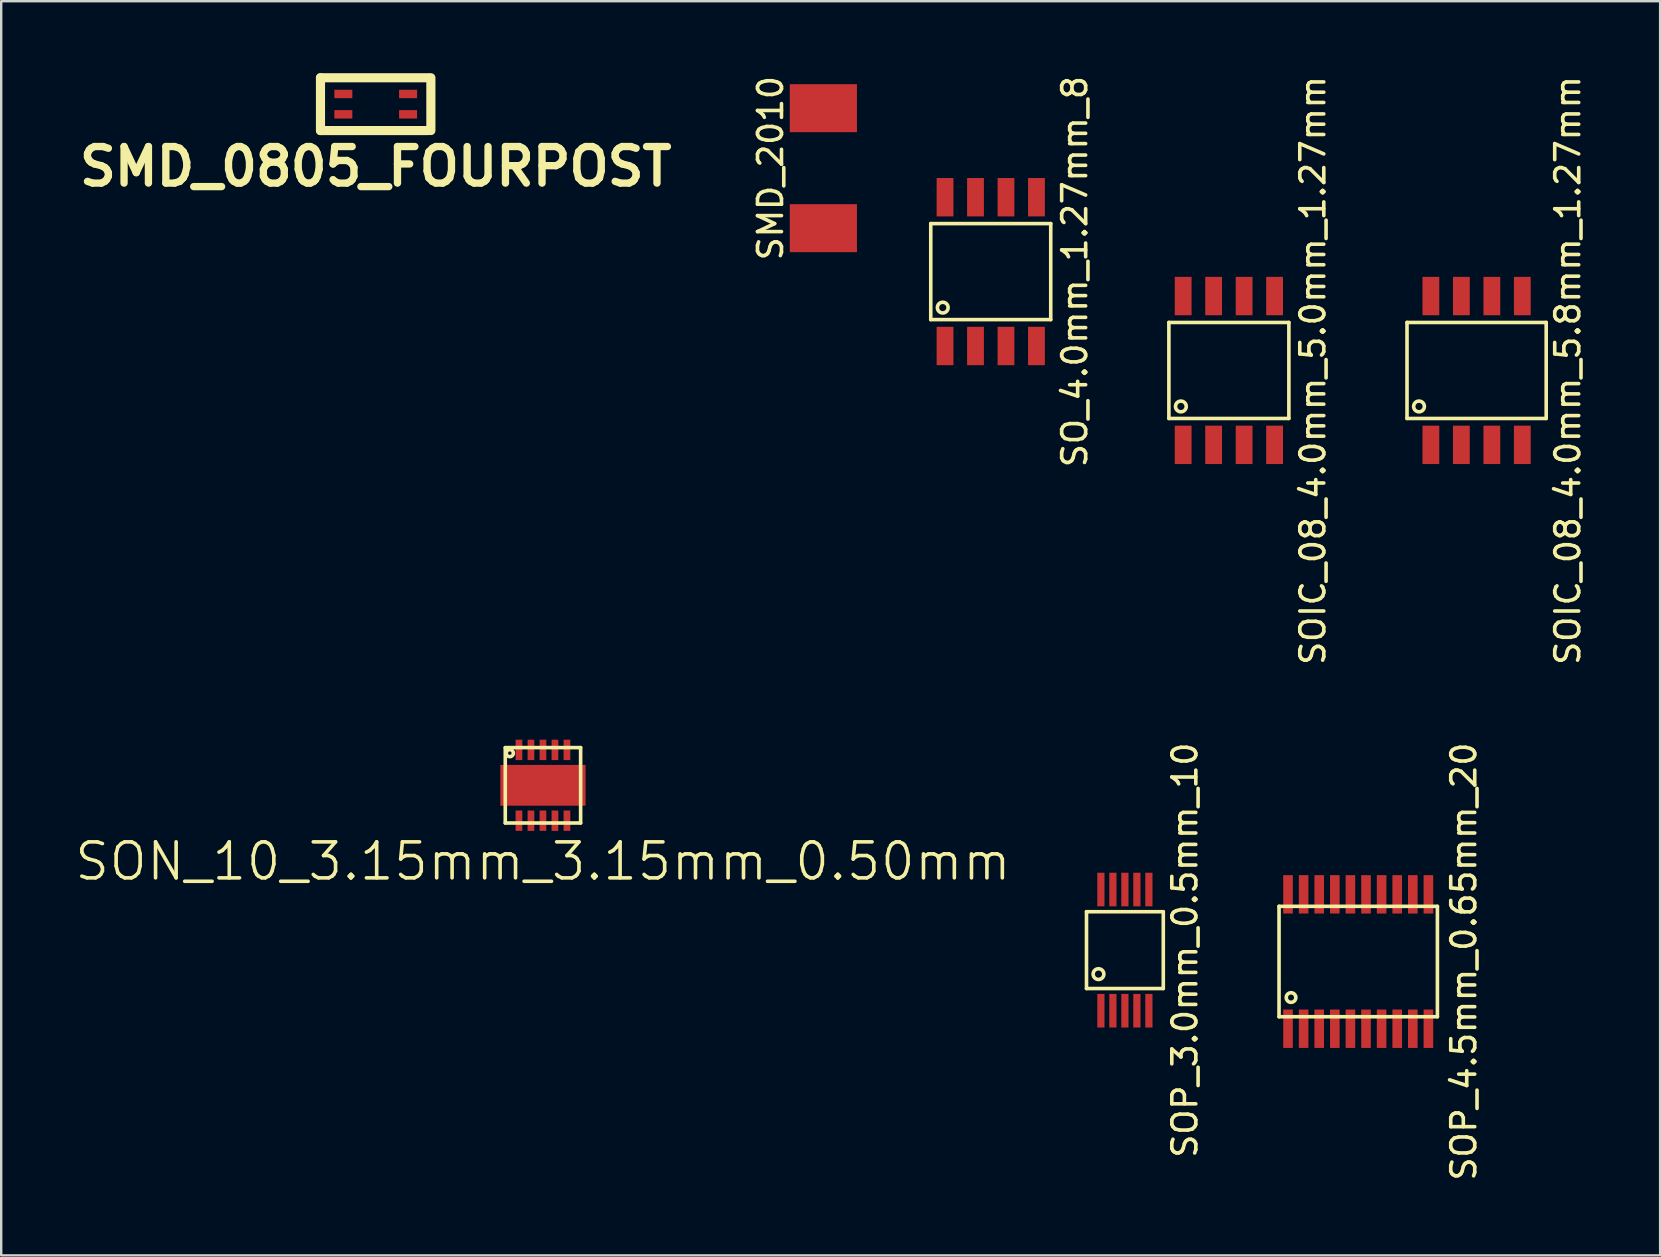
<source format=kicad_pcb>
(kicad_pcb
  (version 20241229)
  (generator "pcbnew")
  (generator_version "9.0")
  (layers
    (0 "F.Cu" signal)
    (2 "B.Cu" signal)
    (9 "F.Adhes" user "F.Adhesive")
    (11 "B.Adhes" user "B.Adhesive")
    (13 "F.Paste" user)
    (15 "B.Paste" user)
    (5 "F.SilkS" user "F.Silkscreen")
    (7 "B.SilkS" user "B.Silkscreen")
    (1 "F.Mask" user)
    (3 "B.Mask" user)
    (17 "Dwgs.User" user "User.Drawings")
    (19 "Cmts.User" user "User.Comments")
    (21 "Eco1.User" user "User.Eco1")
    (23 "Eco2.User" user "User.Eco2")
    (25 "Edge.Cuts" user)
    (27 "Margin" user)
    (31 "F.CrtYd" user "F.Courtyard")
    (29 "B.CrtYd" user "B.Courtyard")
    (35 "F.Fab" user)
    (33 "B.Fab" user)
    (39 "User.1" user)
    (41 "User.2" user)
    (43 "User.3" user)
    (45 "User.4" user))
  (footprint "SOP_4.5mm_0.65mm_20"
    (layer "F.Cu")
    (at 53.548 37.018)
    (property "Reference" "SOP_4.5mm_0.65mm_20" (at 4.4 0 90) (layer "F.SilkS") (effects (font (size 1 1) (thickness 0.15))))
    (attr through_hole)
    (fp_line (start -3.3 -2.3) (end 3.3 -2.3) (stroke (width 0.15) (type solid)) (layer "F.SilkS"))
    (fp_line (start -3.3 2.3) (end -3.3 -2.3) (stroke (width 0.15) (type solid)) (layer "F.SilkS"))
    (fp_line (start 3.3 -2.3) (end 3.3 2.3) (stroke (width 0.15) (type solid)) (layer "F.SilkS"))
    (fp_line (start 3.3 2.3) (end -3.3 2.3) (stroke (width 0.15) (type solid)) (layer "F.SilkS"))
    (fp_circle (center -2.8 1.5) (end -2.8 1.3) (stroke (width 0.15) (type solid)) (fill no) (layer "F.SilkS"))
    (pad "1" smd rect (at -2.925 2.8) (size 0.4 1.6) (layers "F.Cu" "F.Mask" "F.Paste"))
    (pad "2" smd rect (at -2.275 2.8) (size 0.4 1.6) (layers "F.Cu" "F.Mask" "F.Paste"))
    (pad "3" smd rect (at -1.625 2.8) (size 0.4 1.6) (layers "F.Cu" "F.Mask" "F.Paste"))
    (pad "4" smd rect (at -0.975 2.8) (size 0.4 1.6) (layers "F.Cu" "F.Mask" "F.Paste"))
    (pad "5" smd rect (at -0.325 2.8) (size 0.4 1.6) (layers "F.Cu" "F.Mask" "F.Paste"))
    (pad "6" smd rect (at 0.325 2.8) (size 0.4 1.6) (layers "F.Cu" "F.Mask" "F.Paste"))
    (pad "7" smd rect (at 0.975 2.8) (size 0.4 1.6) (layers "F.Cu" "F.Mask" "F.Paste"))
    (pad "8" smd rect (at 1.625 2.8) (size 0.4 1.6) (layers "F.Cu" "F.Mask" "F.Paste"))
    (pad "9" smd rect (at 2.275 2.8) (size 0.4 1.6) (layers "F.Cu" "F.Mask" "F.Paste"))
    (pad "10" smd rect (at 2.925 2.8) (size 0.4 1.6) (layers "F.Cu" "F.Mask" "F.Paste"))
    (pad "11" smd rect (at 2.925 -2.8) (size 0.4 1.6) (layers "F.Cu" "F.Mask" "F.Paste"))
    (pad "12" smd rect (at 2.275 -2.8) (size 0.4 1.6) (layers "F.Cu" "F.Mask" "F.Paste"))
    (pad "13" smd rect (at 1.625 -2.8) (size 0.4 1.6) (layers "F.Cu" "F.Mask" "F.Paste"))
    (pad "14" smd rect (at 0.975 -2.8) (size 0.4 1.6) (layers "F.Cu" "F.Mask" "F.Paste"))
    (pad "15" smd rect (at 0.325 -2.8) (size 0.4 1.6) (layers "F.Cu" "F.Mask" "F.Paste"))
    (pad "16" smd rect (at -0.325 -2.8) (size 0.4 1.6) (layers "F.Cu" "F.Mask" "F.Paste"))
    (pad "17" smd rect (at -0.975 -2.8) (size 0.4 1.6) (layers "F.Cu" "F.Mask" "F.Paste"))
    (pad "18" smd rect (at -1.625 -2.8) (size 0.4 1.6) (layers "F.Cu" "F.Mask" "F.Paste"))
    (pad "19" smd rect (at -2.275 -2.8) (size 0.4 1.6) (layers "F.Cu" "F.Mask" "F.Paste"))
    (pad "20" smd rect (at -2.925 -2.8) (size 0.4 1.6) (layers "F.Cu" "F.Mask" "F.Paste")))
  (footprint "SOIC_08_4.0mm_5.0mm_1.27mm"
    (layer "F.Cu")
    (at 48.158 12.387)
    (property "Reference" "SOIC_08_4.0mm_5.0mm_1.27mm" (at 3.5 0 90) (layer "F.SilkS") (effects (font (size 1 1) (thickness 0.15))))
    (attr through_hole)
    (fp_line (start -2.5 -2) (end 2.5 -2) (stroke (width 0.15) (type solid)) (layer "F.SilkS"))
    (fp_line (start -2.5 2) (end -2.5 -2) (stroke (width 0.15) (type solid)) (layer "F.SilkS"))
    (fp_line (start 2.5 -2) (end 2.5 2) (stroke (width 0.15) (type solid)) (layer "F.SilkS"))
    (fp_line (start 2.5 2) (end -2.5 2) (stroke (width 0.15) (type solid)) (layer "F.SilkS"))
    (fp_circle (center -2 1.5) (end -1.9 1.3) (stroke (width 0.15) (type solid)) (fill no) (layer "F.SilkS"))
    (pad "1" smd rect (at -1.905 3.1) (size 0.7 1.6) (layers "F.Cu" "F.Mask" "F.Paste"))
    (pad "2" smd rect (at -0.635 3.1) (size 0.7 1.6) (layers "F.Cu" "F.Mask" "F.Paste"))
    (pad "3" smd rect (at 0.635 3.1) (size 0.7 1.6) (layers "F.Cu" "F.Mask" "F.Paste"))
    (pad "4" smd rect (at 1.905 3.1) (size 0.7 1.6) (layers "F.Cu" "F.Mask" "F.Paste"))
    (pad "5" smd rect (at 1.905 -3.1) (size 0.7 1.6) (layers "F.Cu" "F.Mask" "F.Paste"))
    (pad "6" smd rect (at 0.635 -3.1) (size 0.7 1.6) (layers "F.Cu" "F.Mask" "F.Paste"))
    (pad "7" smd rect (at -0.635 -3.1) (size 0.7 1.6) (layers "F.Cu" "F.Mask" "F.Paste"))
    (pad "8" smd rect (at -1.905 -3.1) (size 0.7 1.6) (layers "F.Cu" "F.Mask" "F.Paste")))
  (footprint "SOP_3.0mm_0.5mm_10"
    (layer "F.Cu")
    (at 43.825 36.542)
    (property "Reference" "SOP_3.0mm_0.5mm_10" (at 2.5 0 90) (layer "F.SilkS") (effects (font (size 1 1) (thickness 0.15))))
    (attr through_hole)
    (fp_line (start -1.6 -1.6) (end 1.6 -1.6) (stroke (width 0.15) (type solid)) (layer "F.SilkS"))
    (fp_line (start -1.6 1.6) (end -1.6 -1.6) (stroke (width 0.15) (type solid)) (layer "F.SilkS"))
    (fp_line (start 1.6 -1.6) (end 1.6 1.6) (stroke (width 0.15) (type solid)) (layer "F.SilkS"))
    (fp_line (start 1.6 1.6) (end -1.6 1.6) (stroke (width 0.15) (type solid)) (layer "F.SilkS"))
    (fp_circle (center -1.1 1) (end -0.9 0.9) (stroke (width 0.15) (type solid)) (fill no) (layer "F.SilkS"))
    (pad "1" smd rect (at -1 2.525) (size 0.3 1.4) (layers "F.Cu" "F.Mask" "F.Paste"))
    (pad "2" smd rect (at -0.5 2.525) (size 0.3 1.4) (layers "F.Cu" "F.Mask" "F.Paste"))
    (pad "3" smd rect (at 0 2.525) (size 0.3 1.4) (layers "F.Cu" "F.Mask" "F.Paste"))
    (pad "4" smd rect (at 0.5 2.525) (size 0.3 1.4) (layers "F.Cu" "F.Mask" "F.Paste"))
    (pad "5" smd rect (at 1 2.525) (size 0.3 1.4) (layers "F.Cu" "F.Mask" "F.Paste"))
    (pad "6" smd rect (at 1 -2.525) (size 0.3 1.4) (layers "F.Cu" "F.Mask" "F.Paste"))
    (pad "7" smd rect (at 0.5 -2.525) (size 0.3 1.4) (layers "F.Cu" "F.Mask" "F.Paste"))
    (pad "8" smd rect (at 0 -2.525) (size 0.3 1.4) (layers "F.Cu" "F.Mask" "F.Paste"))
    (pad "9" smd rect (at -0.5 -2.525) (size 0.3 1.4) (layers "F.Cu" "F.Mask" "F.Paste"))
    (pad "10" smd rect (at -1 -2.525) (size 0.3 1.4) (layers "F.Cu" "F.Mask" "F.Paste")))
  (footprint "SON_10_3.15mm_3.15mm_0.50mm"
    (layer "F.Cu")
    (at 19.575 29.674)
    (property "Reference" "SON_10_3.15mm_3.15mm_0.50mm" (at 0 3.17 0) (layer "F.SilkS") (effects (font (size 1.5 1.5) (thickness 0.15))))
    (attr through_hole)
    (fp_line (start -1.57 -1.57) (end 1.57 -1.57) (stroke (width 0.15) (type solid)) (layer "F.SilkS"))
    (fp_line (start -1.57 1.57) (end -1.57 -1.57) (stroke (width 0.15) (type solid)) (layer "F.SilkS"))
    (fp_line (start 1.57 -1.57) (end 1.57 1.57) (stroke (width 0.15) (type solid)) (layer "F.SilkS"))
    (fp_line (start 1.57 1.57) (end -1.57 1.57) (stroke (width 0.15) (type solid)) (layer "F.SilkS"))
    (fp_circle (center -1.38 -1.34) (end -1.4 -1.41) (stroke (width 0.15) (type solid)) (fill no) (layer "F.SilkS"))
    (pad "1" smd rect (at -1 -1.475) (size 0.28 0.85) (layers "F.Cu" "F.Mask" "F.Paste"))
    (pad "2" smd rect (at -0.5 -1.475) (size 0.28 0.85) (layers "F.Cu" "F.Mask" "F.Paste"))
    (pad "3" smd rect (at 0 -1.475) (size 0.28 0.85) (layers "F.Cu" "F.Mask" "F.Paste"))
    (pad "4" smd rect (at 0.5 -1.475) (size 0.28 0.85) (layers "F.Cu" "F.Mask" "F.Paste"))
    (pad "5" smd rect (at 1 -1.475) (size 0.28 0.85) (layers "F.Cu" "F.Mask" "F.Paste"))
    (pad "6" smd rect (at 0.5 1.475) (size 0.28 0.85) (layers "F.Cu" "F.Mask" "F.Paste"))
    (pad "7" smd rect (at 1 1.475) (size 0.28 0.85) (layers "F.Cu" "F.Mask" "F.Paste"))
    (pad "8" smd rect (at 0 1.475) (size 0.28 0.85) (layers "F.Cu" "F.Mask" "F.Paste"))
    (pad "9" smd rect (at -0.5 1.475) (size 0.28 0.85) (layers "F.Cu" "F.Mask" "F.Paste"))
    (pad "10" smd rect (at -1 1.475) (size 0.28 0.85) (layers "F.Cu" "F.Mask" "F.Paste"))
    (pad "11" smd rect (at 0 0) (size 3.55 1.7) (layers "F.Cu" "F.Mask" "F.Paste")))
  (footprint "SO_4.0mm_1.27mm_8"
    (layer "F.Cu")
    (at 38.235 8.268)
    (property "Reference" "SO_4.0mm_1.27mm_8" (at 3.5 0 90) (layer "F.SilkS") (effects (font (size 1 1) (thickness 0.15))))
    (attr through_hole)
    (fp_line (start -2.5 -2) (end 2.5 -2) (stroke (width 0.15) (type solid)) (layer "F.SilkS"))
    (fp_line (start -2.5 2) (end -2.5 -2) (stroke (width 0.15) (type solid)) (layer "F.SilkS"))
    (fp_line (start 2.5 -2) (end 2.5 2) (stroke (width 0.15) (type solid)) (layer "F.SilkS"))
    (fp_line (start 2.5 2) (end -2.5 2) (stroke (width 0.15) (type solid)) (layer "F.SilkS"))
    (fp_circle (center -2 1.5) (end -1.9 1.3) (stroke (width 0.15) (type solid)) (fill no) (layer "F.SilkS"))
    (pad "D" smd rect (at -1.905 -3.1) (size 0.7 1.6) (layers "F.Cu" "F.Mask" "F.Paste"))
    (pad "D" smd rect (at -0.635 -3.1) (size 0.7 1.6) (layers "F.Cu" "F.Mask" "F.Paste"))
    (pad "D" smd rect (at 0.635 -3.1) (size 0.7 1.6) (layers "F.Cu" "F.Mask" "F.Paste"))
    (pad "D" smd rect (at 1.905 -3.1) (size 0.7 1.6) (layers "F.Cu" "F.Mask" "F.Paste"))
    (pad "G" smd rect (at 1.905 3.1) (size 0.7 1.6) (layers "F.Cu" "F.Mask" "F.Paste"))
    (pad "S" smd rect (at -1.905 3.1) (size 0.7 1.6) (layers "F.Cu" "F.Mask" "F.Paste"))
    (pad "S" smd rect (at -0.635 3.1) (size 0.7 1.6) (layers "F.Cu" "F.Mask" "F.Paste"))
    (pad "S" smd rect (at 0.635 3.1) (size 0.7 1.6) (layers "F.Cu" "F.Mask" "F.Paste")))
  (footprint "SMD_0805_FOURPOST"
    (layer "F.Cu")
    (at 12.606 1.29)
    (property "Reference" "SMD_0805_FOURPOST" (at 0 2.601 0) (layer "F.SilkS") (effects (font (size 1.524 1.524) (thickness 0.305))))
    (attr through_hole)
    (fp_line (start -2.301 -1.1) (end 2.2 -1.1) (stroke (width 0.381) (type solid)) (layer "F.SilkS"))
    (fp_line (start -2.301 1.1) (end -2.301 -1.1) (stroke (width 0.381) (type solid)) (layer "F.SilkS"))
    (fp_line (start 2.2 1.1) (end -2.301 1.1) (stroke (width 0.381) (type solid)) (layer "F.SilkS"))
    (fp_line (start 2.299 -1.1) (end 2.299 1.1) (stroke (width 0.381) (type solid)) (layer "F.SilkS"))
    (pad "1" smd rect (at -1.349 -0.424) (size 0.749 0.351) (layers "F.Cu" "F.Mask" "F.Paste"))
    (pad "2" smd rect (at -1.349 0.424) (size 0.749 0.351) (layers "F.Cu" "F.Mask" "F.Paste"))
    (pad "3" smd rect (at 1.349 0.424) (size 0.749 0.351) (layers "F.Cu" "F.Mask" "F.Paste"))
    (pad "4" smd rect (at 1.349 -0.424) (size 0.749 0.351) (layers "F.Cu" "F.Mask" "F.Paste")))
  (footprint "SOIC_08_4.0mm_5.8mm_1.27mm"
    (layer "F.Cu")
    (at 58.481 12.387)
    (property "Reference" "SOIC_08_4.0mm_5.8mm_1.27mm" (at 3.8 0 90) (layer "F.SilkS") (effects (font (size 1 1) (thickness 0.15))))
    (attr through_hole)
    (fp_line (start -2.9 -2) (end -2.9 2) (stroke (width 0.15) (type solid)) (layer "F.SilkS"))
    (fp_line (start -2.9 -2) (end 2.9 -2) (stroke (width 0.15) (type solid)) (layer "F.SilkS"))
    (fp_line (start 2.9 -2) (end 2.9 2) (stroke (width 0.15) (type solid)) (layer "F.SilkS"))
    (fp_line (start 2.9 2) (end -2.9 2) (stroke (width 0.15) (type solid)) (layer "F.SilkS"))
    (fp_circle (center -2.4 1.5) (end -2.3 1.3) (stroke (width 0.15) (type solid)) (fill no) (layer "F.SilkS"))
    (pad "1" smd rect (at -1.905 3.1) (size 0.7 1.6) (layers "F.Cu" "F.Mask" "F.Paste"))
    (pad "2" smd rect (at -0.635 3.1) (size 0.7 1.6) (layers "F.Cu" "F.Mask" "F.Paste"))
    (pad "3" smd rect (at 0.635 3.1) (size 0.7 1.6) (layers "F.Cu" "F.Mask" "F.Paste"))
    (pad "4" smd rect (at 1.905 3.1) (size 0.7 1.6) (layers "F.Cu" "F.Mask" "F.Paste"))
    (pad "5" smd rect (at 1.905 -3.1) (size 0.7 1.6) (layers "F.Cu" "F.Mask" "F.Paste"))
    (pad "6" smd rect (at 0.635 -3.1) (size 0.7 1.6) (layers "F.Cu" "F.Mask" "F.Paste"))
    (pad "7" smd rect (at -0.635 -3.1) (size 0.7 1.6) (layers "F.Cu" "F.Mask" "F.Paste"))
    (pad "8" smd rect (at -1.905 -3.1) (size 0.7 1.6) (layers "F.Cu" "F.Mask" "F.Paste")))
  (footprint "SMD_2010"
    (layer "F.Cu")
    (at 31.26 3.958)
    (property "Reference" "SMD_2010" (at -2.2 0 90) (layer "F.SilkS") (effects (font (size 1 1) (thickness 0.15))))
    (attr through_hole)
    (fp_line (start -1.2 -2.5) (end 1.2 -2.5) (stroke (width 0.15) (type solid)) (layer "Margin"))
    (fp_line (start -1.2 2.5) (end -1.2 -2.5) (stroke (width 0.15) (type solid)) (layer "Margin"))
    (fp_line (start 1.2 -2.5) (end 1.2 2.5) (stroke (width 0.15) (type solid)) (layer "Margin"))
    (fp_line (start 1.2 2.5) (end -1.2 2.5) (stroke (width 0.15) (type solid)) (layer "Margin"))
    (pad "1" smd rect (at 0 -2.5) (size 2.8 2) (layers "F.Cu" "F.Mask" "F.Paste"))
    (pad "2" smd rect (at 0 2.5) (size 2.8 2) (layers "F.Cu" "F.Mask" "F.Paste")))
  (gr_rect
    (start -3 -3)
    (end 66.129 49.262)
    (stroke (width 0.1) (type default))
    (fill no)
    (layer "Edge.Cuts")))
</source>
